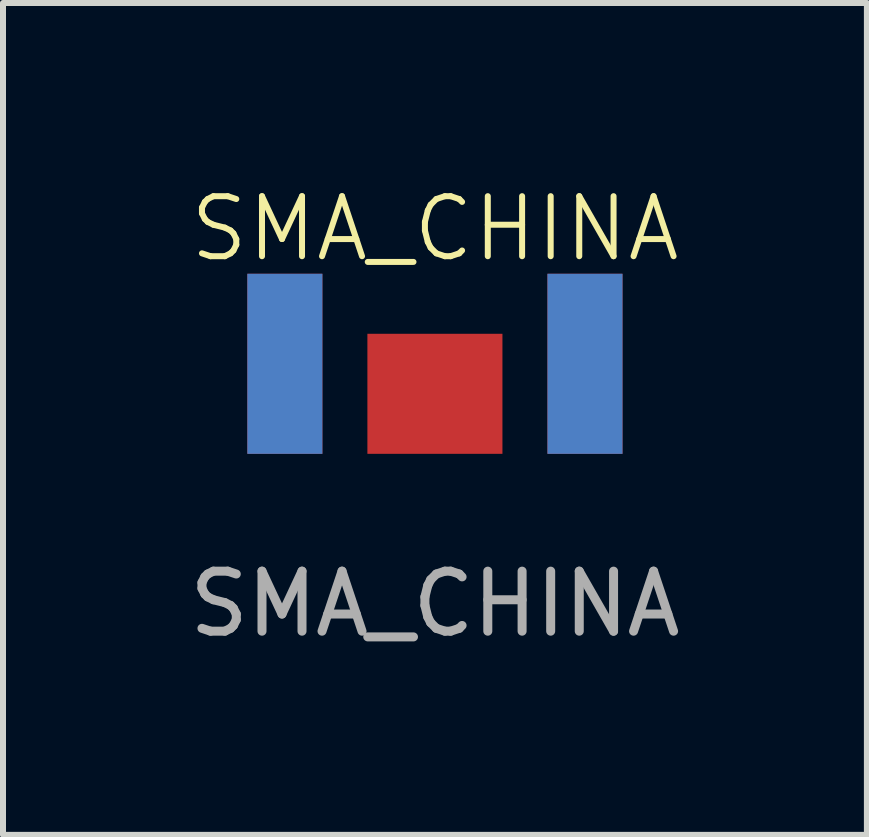
<source format=kicad_pcb>
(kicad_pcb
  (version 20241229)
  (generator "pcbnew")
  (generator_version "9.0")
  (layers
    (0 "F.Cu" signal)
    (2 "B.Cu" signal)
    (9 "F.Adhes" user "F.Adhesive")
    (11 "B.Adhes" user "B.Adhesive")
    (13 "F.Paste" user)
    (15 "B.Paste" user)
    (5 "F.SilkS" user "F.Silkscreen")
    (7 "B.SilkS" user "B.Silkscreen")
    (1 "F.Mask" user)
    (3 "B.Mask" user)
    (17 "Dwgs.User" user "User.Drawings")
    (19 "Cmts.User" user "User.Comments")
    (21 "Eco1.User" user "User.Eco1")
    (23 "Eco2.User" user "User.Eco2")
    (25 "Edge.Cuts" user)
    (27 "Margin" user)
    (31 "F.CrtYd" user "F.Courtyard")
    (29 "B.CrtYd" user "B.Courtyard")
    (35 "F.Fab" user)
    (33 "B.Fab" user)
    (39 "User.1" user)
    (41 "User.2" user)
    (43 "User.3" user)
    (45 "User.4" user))
  (footprint "SMA_CHINA"
    (layer "F.Cu")
    (at 4.196 4.511)
    (property "Reference" "SMA_CHINA" (at 0 -3.75 0) (unlocked yes) (layer "F.SilkS") (effects (font (size 1 1) (thickness 0.1))))
    (attr smd)
    (fp_text user "${REFERENCE}" (at 0 2.5 0) (unlocked yes) (layer "F.Fab") (effects (font (size 1 1) (thickness 0.15))))
    (pad "1" smd rect (at 0 -1) (size 2.25 2) (layers "F.Cu" "F.Mask" "F.Paste"))
    (pad "2" smd rect (at -2.5 -1.5) (size 1.25 3) (layers "F.Cu" "F.Mask" "F.Paste"))
    (pad "2" smd rect (at -2.5 -1.5) (size 1.25 3) (layers "B.Cu" "B.Mask" "B.Paste"))
    (pad "2" smd rect (at 2.5 -1.5) (size 1.25 3) (layers "F.Cu" "F.Mask" "F.Paste"))
    (pad "2" smd rect (at 2.5 -1.5) (size 1.25 3) (layers "B.Cu" "B.Mask" "B.Paste")))
  (gr_rect
    (start -3 -3)
    (end 11.393 10.859)
    (stroke (width 0.1) (type default))
    (fill no)
    (layer "Edge.Cuts")))
</source>
